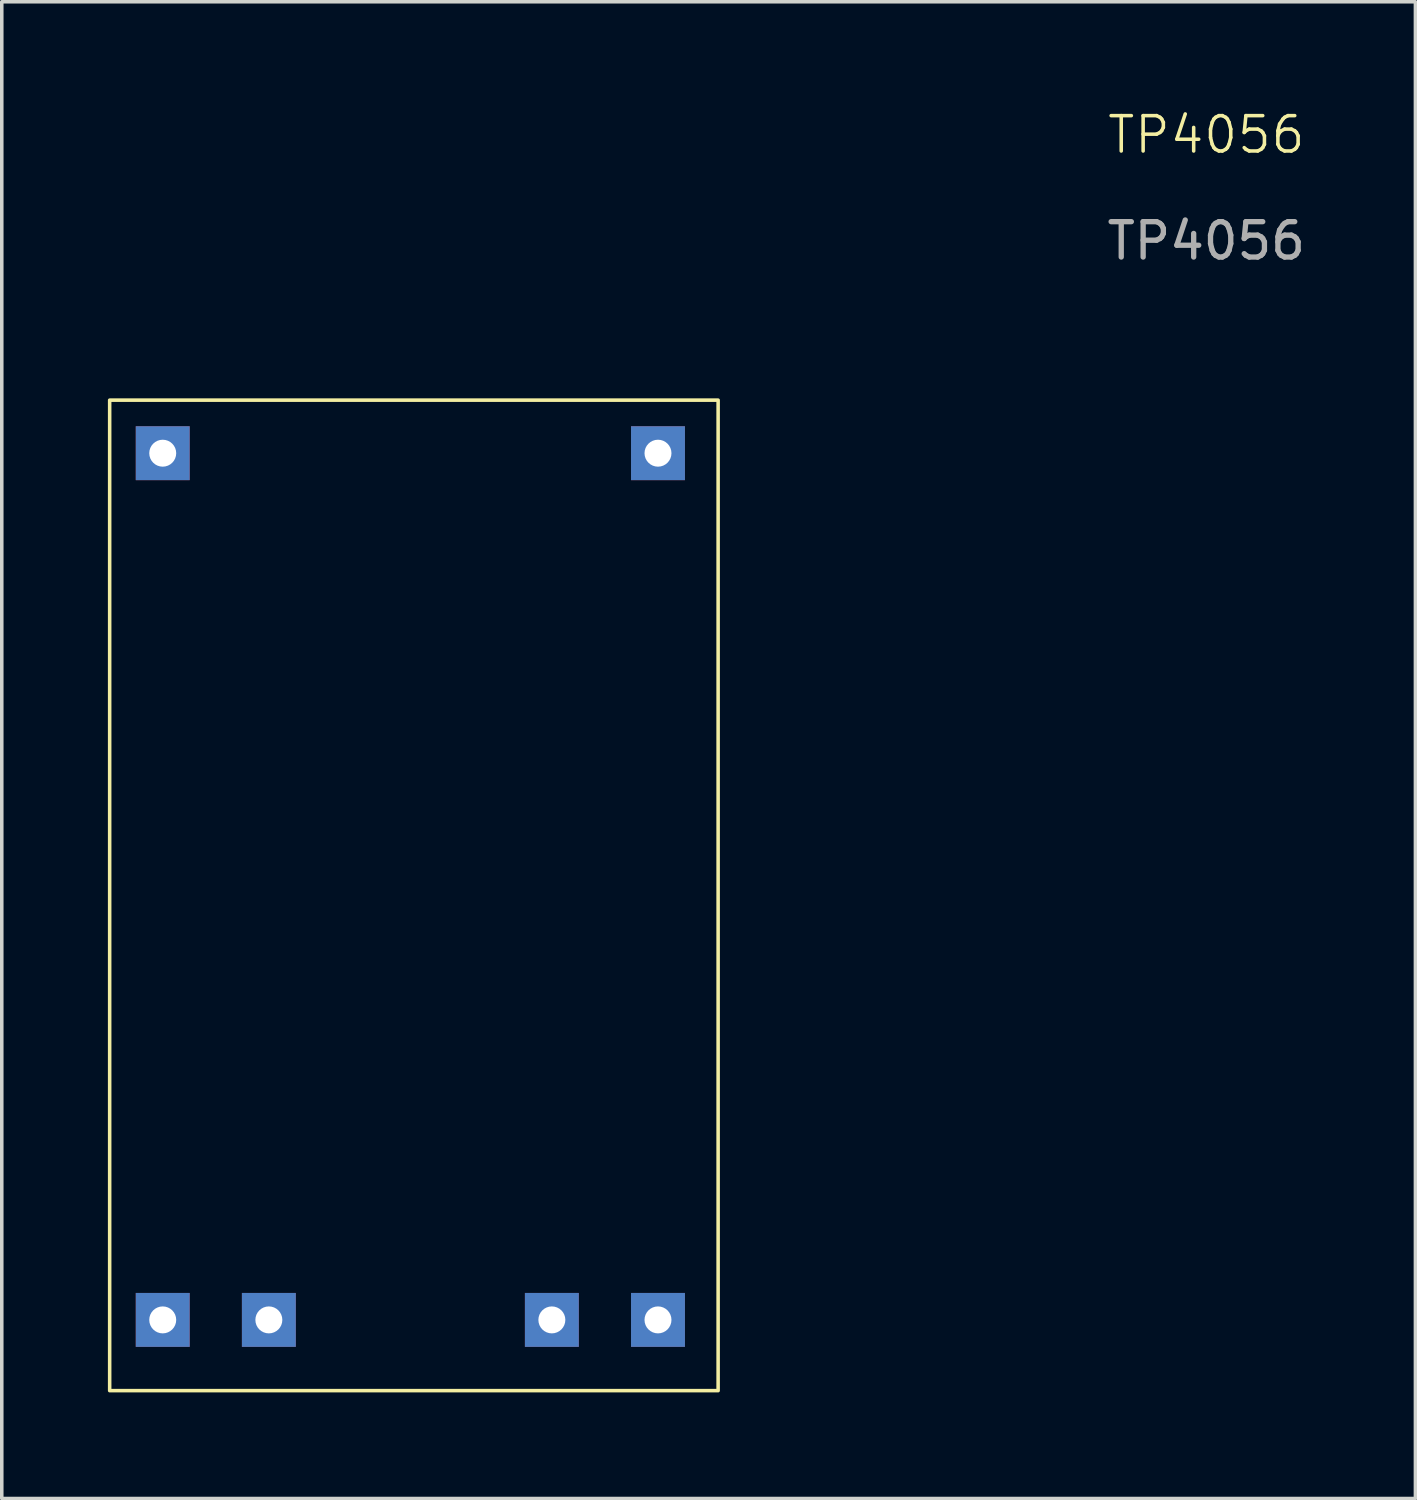
<source format=kicad_pcb>
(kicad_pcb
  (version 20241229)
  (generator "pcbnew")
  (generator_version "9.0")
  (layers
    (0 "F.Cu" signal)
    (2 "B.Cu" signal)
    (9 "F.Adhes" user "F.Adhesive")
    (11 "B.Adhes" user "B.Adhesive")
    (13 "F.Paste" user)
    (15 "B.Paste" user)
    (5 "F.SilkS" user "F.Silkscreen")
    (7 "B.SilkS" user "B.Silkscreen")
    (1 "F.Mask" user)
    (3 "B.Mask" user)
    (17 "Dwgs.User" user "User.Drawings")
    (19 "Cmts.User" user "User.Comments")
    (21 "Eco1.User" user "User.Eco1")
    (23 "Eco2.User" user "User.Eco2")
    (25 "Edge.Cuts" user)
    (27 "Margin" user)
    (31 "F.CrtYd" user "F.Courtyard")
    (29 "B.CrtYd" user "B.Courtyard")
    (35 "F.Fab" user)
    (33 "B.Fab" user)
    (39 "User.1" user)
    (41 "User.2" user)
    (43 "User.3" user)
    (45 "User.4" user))
  (footprint "TP4056"
    (layer "F.Cu")
    (at 7.55 14.261)
    (property "Reference" "TP4056" (at 23.5 -13.5 0) (unlocked yes) (layer "F.SilkS") (effects (font (size 1 1) (thickness 0.1))))
    (attr through_hole)
    (fp_rect (start -7.5 -6) (end 9.7 22) (stroke (width 0.1) (type default)) (fill no) (layer "F.SilkS"))
    (fp_text user "${REFERENCE}" (at 23.5 -10.5 0) (unlocked yes) (layer "F.Fab") (effects (font (size 1 1) (thickness 0.15))))
    (pad "+IN" thru_hole rect (at 8 -4.5) (size 1.524 1.524) (drill 0.762) (layers "*.Cu" "*.Mask"))
    (pad "-IN" thru_hole rect (at -6 -4.5) (size 1.524 1.524) (drill 0.762) (layers "*.Cu" "*.Mask"))
    (pad "BAT+" thru_hole rect (at -3 20) (size 1.524 1.524) (drill 0.762) (layers "*.Cu" "*.Mask"))
    (pad "BAT-" thru_hole rect (at 5 20) (size 1.524 1.524) (drill 0.762) (layers "*.Cu" "*.Mask"))
    (pad "OUT+" thru_hole rect (at -6 20) (size 1.524 1.524) (drill 0.762) (layers "*.Cu" "*.Mask"))
    (pad "OUT-" thru_hole rect (at 8 20) (size 1.524 1.524) (drill 0.762) (layers "*.Cu" "*.Mask")))
  (gr_rect
    (start -3 -3)
    (end 36.961 39.31)
    (stroke (width 0.1) (type default))
    (fill no)
    (layer "Edge.Cuts")))
</source>
